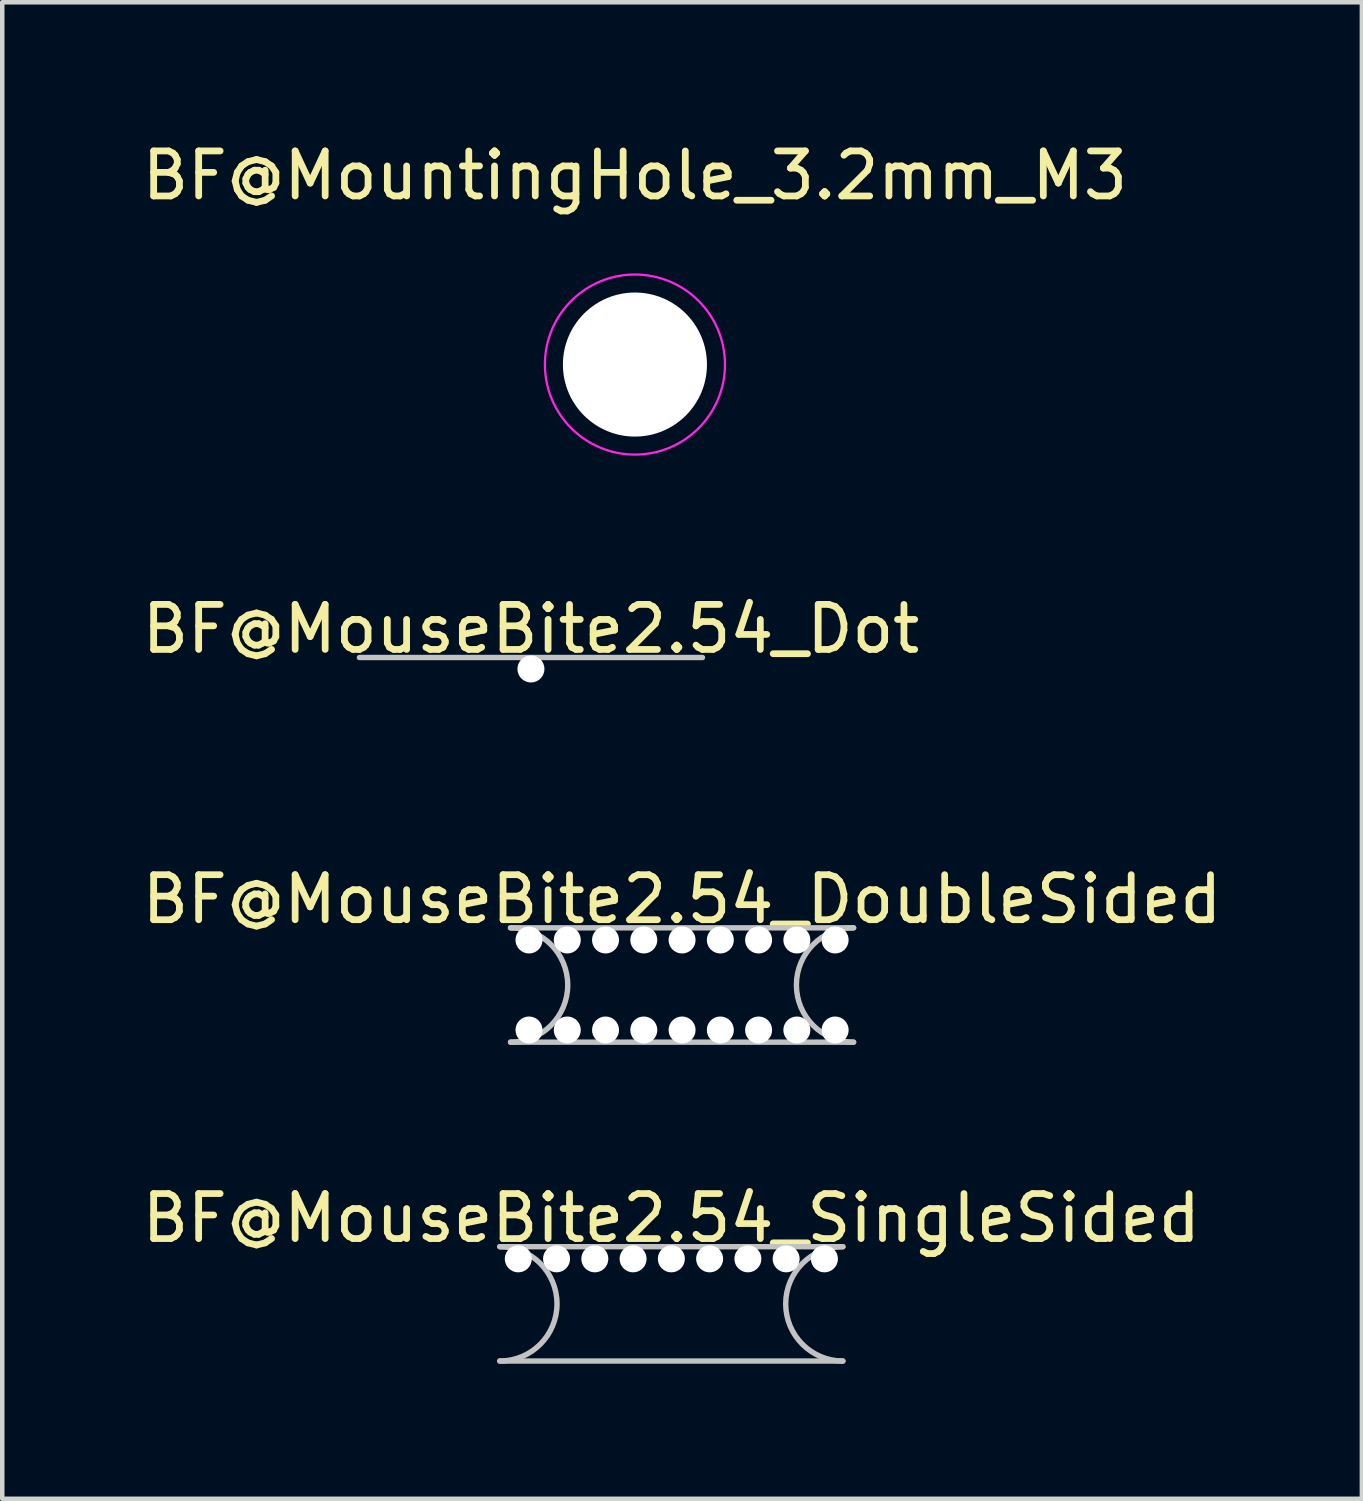
<source format=kicad_pcb>
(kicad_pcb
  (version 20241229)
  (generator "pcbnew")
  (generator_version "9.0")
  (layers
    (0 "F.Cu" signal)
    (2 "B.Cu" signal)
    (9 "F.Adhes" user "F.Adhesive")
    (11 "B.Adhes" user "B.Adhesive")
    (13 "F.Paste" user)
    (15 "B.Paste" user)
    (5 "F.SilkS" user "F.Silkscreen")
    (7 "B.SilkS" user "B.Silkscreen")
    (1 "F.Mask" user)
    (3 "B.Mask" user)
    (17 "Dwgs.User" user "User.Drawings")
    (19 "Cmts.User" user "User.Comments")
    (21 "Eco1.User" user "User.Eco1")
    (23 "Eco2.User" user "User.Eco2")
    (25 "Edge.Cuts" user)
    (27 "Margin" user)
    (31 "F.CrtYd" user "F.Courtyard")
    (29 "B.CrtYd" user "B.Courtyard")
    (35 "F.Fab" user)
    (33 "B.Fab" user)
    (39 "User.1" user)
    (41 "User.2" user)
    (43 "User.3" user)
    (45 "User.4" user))
  (footprint "BF@MouseBite2.54_DoubleSided"
    (layer "F.Cu")
    (at 12.101 18.83)
    (property "Reference" "BF@MouseBite2.54_DoubleSided" (at 0 -1.905 0) (layer "F.SilkS") (effects (font (size 1 1) (thickness 0.15))))
    (attr through_hole)
    (fp_line (start -3.81 1.27) (end 3.81 1.27) (stroke (width 0.12) (type solid)) (layer "Dwgs.User"))
    (fp_line (start 3.81 -1.27) (end -3.81 -1.27) (stroke (width 0.12) (type solid)) (layer "Dwgs.User"))
    (fp_arc (start -3.81 -1.27) (mid -2.54 0) (end -3.81 1.27) (stroke (width 0.12) (type solid)) (layer "Dwgs.User"))
    (fp_arc (start 3.81 1.27) (mid 2.54 0) (end 3.81 -1.27) (stroke (width 0.12) (type solid)) (layer "Dwgs.User"))
    (pad "" np_thru_hole circle (at -3.4 -1) (size 0.6 0.6) (drill 0.6) (layers "*.Cu"))
    (pad "" np_thru_hole circle (at -3.4 1) (size 0.6 0.6) (drill 0.6) (layers "*.Cu"))
    (pad "" np_thru_hole circle (at -2.55 -1) (size 0.6 0.6) (drill 0.6) (layers "*.Cu"))
    (pad "" np_thru_hole circle (at -2.55 1) (size 0.6 0.6) (drill 0.6) (layers "*.Cu"))
    (pad "" np_thru_hole circle (at -1.7 -1) (size 0.6 0.6) (drill 0.6) (layers "*.Cu"))
    (pad "" np_thru_hole circle (at -1.7 1) (size 0.6 0.6) (drill 0.6) (layers "*.Cu"))
    (pad "" np_thru_hole circle (at -0.85 -1) (size 0.6 0.6) (drill 0.6) (layers "*.Cu"))
    (pad "" np_thru_hole circle (at -0.85 1) (size 0.6 0.6) (drill 0.6) (layers "*.Cu"))
    (pad "" np_thru_hole circle (at 0 -1) (size 0.6 0.6) (drill 0.6) (layers "*.Cu"))
    (pad "" np_thru_hole circle (at 0 1) (size 0.6 0.6) (drill 0.6) (layers "*.Cu"))
    (pad "" np_thru_hole circle (at 0.85 -1) (size 0.6 0.6) (drill 0.6) (layers "*.Cu"))
    (pad "" np_thru_hole circle (at 0.85 1) (size 0.6 0.6) (drill 0.6) (layers "*.Cu"))
    (pad "" np_thru_hole circle (at 1.7 -1) (size 0.6 0.6) (drill 0.6) (layers "*.Cu"))
    (pad "" np_thru_hole circle (at 1.7 1) (size 0.6 0.6) (drill 0.6) (layers "*.Cu"))
    (pad "" np_thru_hole circle (at 2.55 -1) (size 0.6 0.6) (drill 0.6) (layers "*.Cu"))
    (pad "" np_thru_hole circle (at 2.55 1) (size 0.6 0.6) (drill 0.6) (layers "*.Cu"))
    (pad "" np_thru_hole circle (at 3.4 -1) (size 0.6 0.6) (drill 0.6) (layers "*.Cu"))
    (pad "" np_thru_hole circle (at 3.4 1) (size 0.6 0.6) (drill 0.6) (layers "*.Cu")))
  (footprint "BF@MouseBite2.54_SingleSided"
    (layer "F.Cu")
    (at 11.863 25.913)
    (property "Reference" "BF@MouseBite2.54_SingleSided" (at 0 -1.905 0) (layer "F.SilkS") (effects (font (size 1 1) (thickness 0.15))))
    (attr through_hole)
    (fp_line (start -3.81 1.27) (end 3.81 1.27) (stroke (width 0.12) (type solid)) (layer "Dwgs.User"))
    (fp_line (start 3.81 -1.27) (end -3.81 -1.27) (stroke (width 0.12) (type solid)) (layer "Dwgs.User"))
    (fp_arc (start -3.81 -1.27) (mid -2.54 0) (end -3.81 1.27) (stroke (width 0.12) (type solid)) (layer "Dwgs.User"))
    (fp_arc (start 3.81 1.27) (mid 2.54 0) (end 3.81 -1.27) (stroke (width 0.12) (type solid)) (layer "Dwgs.User"))
    (pad "" np_thru_hole circle (at -3.4 -1) (size 0.6 0.6) (drill 0.6) (layers "*.Cu"))
    (pad "" np_thru_hole circle (at -2.55 -1) (size 0.6 0.6) (drill 0.6) (layers "*.Cu"))
    (pad "" np_thru_hole circle (at -1.7 -1) (size 0.6 0.6) (drill 0.6) (layers "*.Cu"))
    (pad "" np_thru_hole circle (at -0.85 -1) (size 0.6 0.6) (drill 0.6) (layers "*.Cu"))
    (pad "" np_thru_hole circle (at 0 -1) (size 0.6 0.6) (drill 0.6) (layers "*.Cu"))
    (pad "" np_thru_hole circle (at 0.85 -1) (size 0.6 0.6) (drill 0.6) (layers "*.Cu"))
    (pad "" np_thru_hole circle (at 1.7 -1) (size 0.6 0.6) (drill 0.6) (layers "*.Cu"))
    (pad "" np_thru_hole circle (at 2.55 -1) (size 0.6 0.6) (drill 0.6) (layers "*.Cu"))
    (pad "" np_thru_hole circle (at 3.4 -1) (size 0.6 0.6) (drill 0.6) (layers "*.Cu")))
  (footprint "BF@MountingHole_3.2mm_M3"
    (layer "F.Cu")
    (at 11.054 5.048)
    (property "Reference" "BF@MountingHole_3.2mm_M3" (at 0 -4.2 0) (layer "F.SilkS") (effects (font (size 1 1) (thickness 0.15))))
    (attr exclude_from_pos_files exclude_from_bom)
    (fp_circle (center 0 0) (end 2 0) (stroke (width 0.05) (type solid)) (fill no) (layer "F.CrtYd"))
    (pad "" np_thru_hole circle (at 0 0) (size 3.2 3.2) (drill 3.2) (layers "*.Cu" "*.Mask")))
  (footprint "BF@MouseBite2.54_Dot"
    (layer "F.Cu")
    (at 8.744 12.826)
    (property "Reference" "BF@MouseBite2.54_Dot" (at 0 -1.905 0) (layer "F.SilkS") (effects (font (size 1 1) (thickness 0.15))))
    (attr through_hole)
    (fp_line (start 3.81 -1.27) (end -3.81 -1.27) (stroke (width 0.12) (type solid)) (layer "Dwgs.User"))
    (pad "" np_thru_hole circle (at 0 -1.016) (size 0.6 0.6) (drill 0.6) (layers "*.Cu")))
  (gr_rect
    (start -3 -3)
    (end 27.202 30.243)
    (stroke (width 0.1) (type default))
    (fill no)
    (layer "Edge.Cuts")))
</source>
